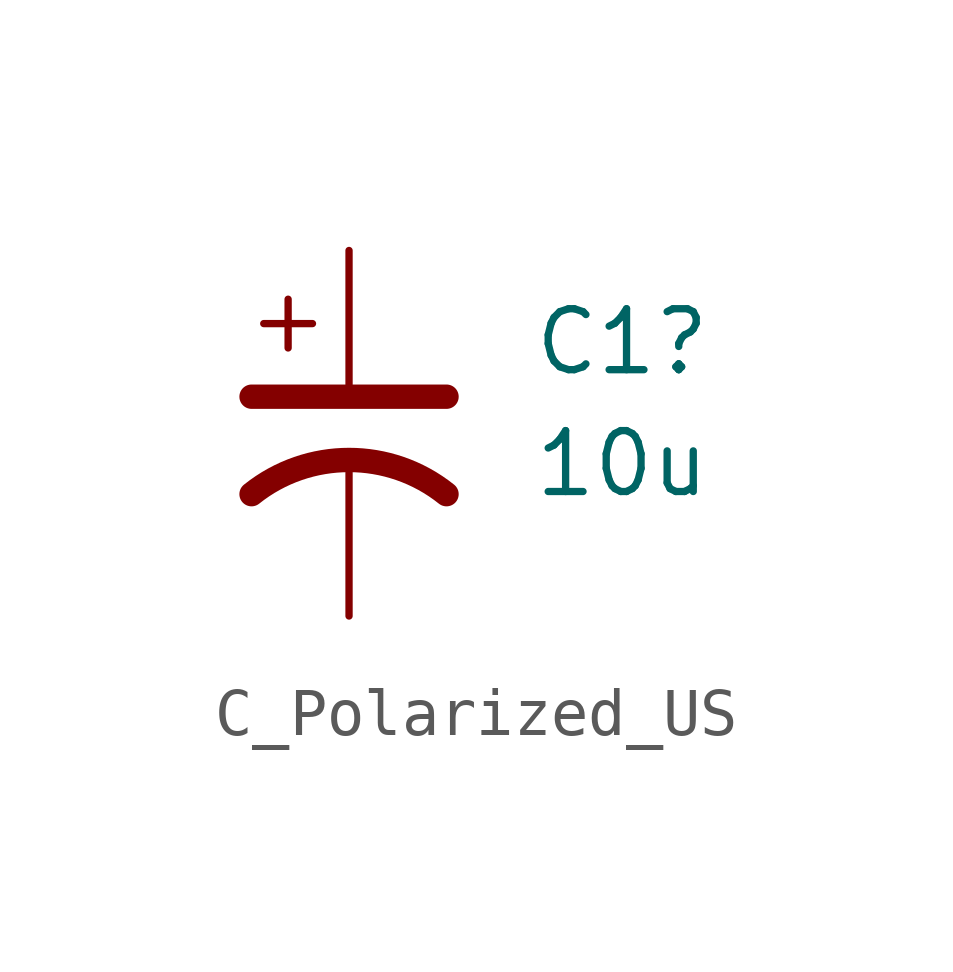
<source format=kicad_sym>
(kicad_symbol_lib
  (version 20231120)
  (generator "kicad_symbol_editor")
  (generator_version "8.0")
  (symbol "C_Polarized_US"
    (pin_numbers hide)
    (pin_names
      (offset 0.254) hide)
    (property "Reference" "C1"
      (at 3.81 1.905 0)
      (effects (font (size 1.27 1.27)) (justify left)))
    (property "Value" "10u"
      (at 3.81 -0.635 0)
      (effects (font (size 1.27 1.27)) (justify left)))
    (symbol "C_Polarized_US_0_1"
      (polyline (pts (xy -2.032 0.762) (xy 2.032 0.762)) (stroke (width 0.508) (type default)) (fill (type none)))
      (polyline (pts (xy -1.778 2.286) (xy -0.762 2.286)) (stroke (width 0) (type default)) (fill (type none)))
      (polyline (pts (xy -1.27 1.778) (xy -1.27 2.794)) (stroke (width 0) (type default)) (fill (type none)))
      (arc (start 2.032 -1.27) (mid 0 -0.5572) (end -2.032 -1.27) (stroke (width 0.508) (type default)) (fill (type none))))
    (symbol "C_Polarized_US_1_1"
      (pin passive line (at 0 3.81 270) (length 2.794) (name "~" (effects (font (size 1.27 1.27)))) (number "1" (effects (font (size 1.27 1.27)))))
      (pin passive line (at 0 -3.81 90) (length 3.302) (name "~" (effects (font (size 1.27 1.27)))) (number "2" (effects (font (size 1.27 1.27))))))))
</source>
